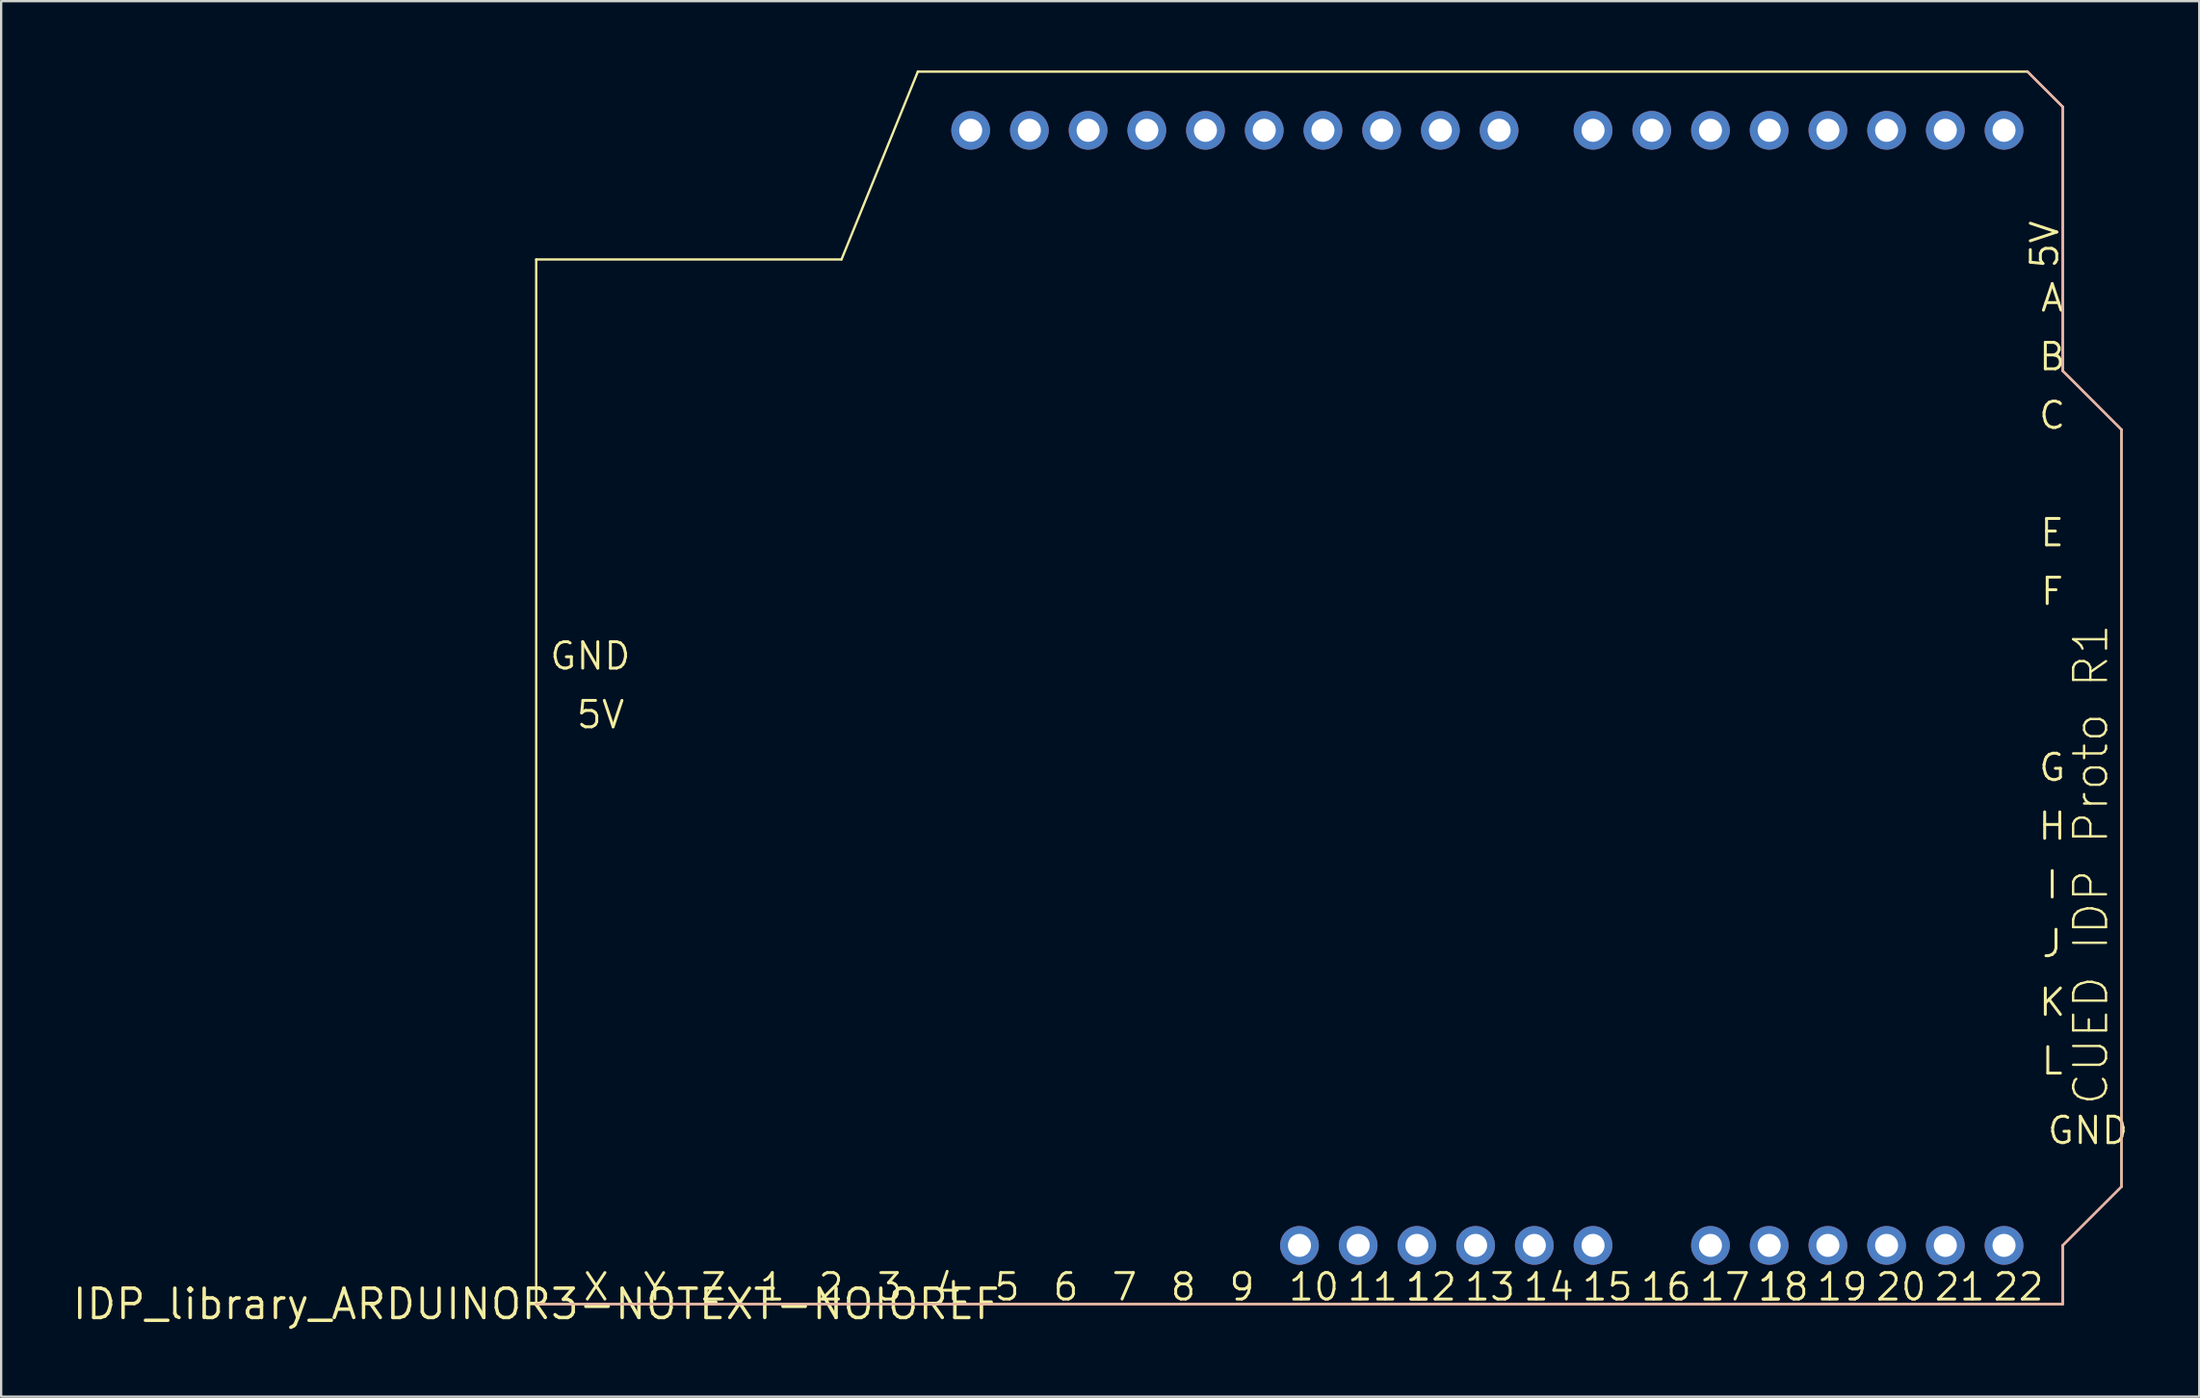
<source format=kicad_pcb>
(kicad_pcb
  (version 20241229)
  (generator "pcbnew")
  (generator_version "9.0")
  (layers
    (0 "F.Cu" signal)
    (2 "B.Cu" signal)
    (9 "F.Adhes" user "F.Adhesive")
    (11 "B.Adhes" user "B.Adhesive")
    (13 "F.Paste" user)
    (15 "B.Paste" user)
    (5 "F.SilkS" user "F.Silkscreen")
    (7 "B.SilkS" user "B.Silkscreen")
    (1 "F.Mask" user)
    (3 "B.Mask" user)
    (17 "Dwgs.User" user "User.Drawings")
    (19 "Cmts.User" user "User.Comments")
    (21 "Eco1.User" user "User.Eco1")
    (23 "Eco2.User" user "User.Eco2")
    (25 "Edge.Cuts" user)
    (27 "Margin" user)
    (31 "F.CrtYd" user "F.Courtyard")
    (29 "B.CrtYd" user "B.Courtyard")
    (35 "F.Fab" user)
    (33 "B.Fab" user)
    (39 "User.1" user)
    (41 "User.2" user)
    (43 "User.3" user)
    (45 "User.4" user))
  (footprint "IDP_library_ARDUINOR3-NOTEXT-NOIOREF"
    (layer "F.Cu")
    (at 20.146 53.39)
    (property "Reference" "IDP_library_ARDUINOR3-NOTEXT-NOIOREF" (at 0 0 0) (layer "F.SilkS") (effects (font (size 1.27 1.27) (thickness 0.15))))
    (attr exclude_from_pos_files exclude_from_bom)
    (fp_line (start 0 -45.212) (end 0 0) (stroke (width 0.1) (type solid)) (layer "F.SilkS"))
    (fp_line (start 0 -45.212) (end 13.208 -45.212) (stroke (width 0.1) (type solid)) (layer "F.SilkS"))
    (fp_line (start 0 0) (end 66.04 0) (stroke (width 0.1) (type solid)) (layer "F.SilkS"))
    (fp_line (start 13.208 -45.212) (end 16.51 -53.34) (stroke (width 0.1) (type solid)) (layer "F.SilkS"))
    (fp_line (start 16.51 -53.34) (end 64.516 -53.34) (stroke (width 0.1) (type solid)) (layer "F.SilkS"))
    (fp_line (start 66.04 -51.816) (end 64.516 -53.34) (stroke (width 0.1) (type solid)) (layer "F.SilkS"))
    (fp_line (start 66.04 -40.386) (end 66.04 -51.816) (stroke (width 0.1) (type solid)) (layer "F.SilkS"))
    (fp_line (start 66.04 -2.54) (end 68.58 -5.08) (stroke (width 0.1) (type solid)) (layer "F.SilkS"))
    (fp_line (start 66.04 0) (end 66.04 -2.54) (stroke (width 0.1) (type solid)) (layer "F.SilkS"))
    (fp_line (start 68.58 -37.846) (end 66.04 -40.386) (stroke (width 0.1) (type solid)) (layer "F.SilkS"))
    (fp_line (start 68.58 -5.08) (end 68.58 -37.846) (stroke (width 0.1) (type solid)) (layer "F.SilkS"))
    (fp_line (start 0 0) (end 66.04 0) (stroke (width 0.1) (type solid)) (layer "B.SilkS"))
    (fp_line (start 66.04 -51.816) (end 64.516 -53.34) (stroke (width 0.1) (type solid)) (layer "B.SilkS"))
    (fp_line (start 66.04 -40.386) (end 66.04 -51.816) (stroke (width 0.1) (type solid)) (layer "B.SilkS"))
    (fp_line (start 66.04 -2.54) (end 68.58 -5.08) (stroke (width 0.1) (type solid)) (layer "B.SilkS"))
    (fp_line (start 66.04 0) (end 66.04 -2.54) (stroke (width 0.1) (type solid)) (layer "B.SilkS"))
    (fp_line (start 68.58 -37.846) (end 66.04 -40.386) (stroke (width 0.1) (type solid)) (layer "B.SilkS"))
    (fp_line (start 68.58 -5.08) (end 68.58 -37.846) (stroke (width 0.1) (type solid)) (layer "B.SilkS"))
    (fp_text user "CUED IDP Proto R1" (at 67.259 -19.025 270) (layer "F.SilkS") (effects (font (size 1.422 1.422) (thickness 0.102))))
    (fp_text user "20" (at 59.045 -0.742 0) (layer "F.SilkS") (effects (font (size 1.143 1.143) (thickness 0.127))))
    (fp_text user "2" (at 12.753 -0.742 0) (layer "F.SilkS") (effects (font (size 1.143 1.143) (thickness 0.127))))
    (fp_text user "GND" (at 2.339 -28.047 180) (layer "F.SilkS") (effects (font (size 1.143 1.143) (thickness 0.127))))
    (fp_text user "I" (at 65.585 -18.141 0) (layer "F.SilkS") (effects (font (size 1.143 1.143) (thickness 0.127))))
    (fp_text user "F" (at 65.585 -30.841 0) (layer "F.SilkS") (effects (font (size 1.143 1.143) (thickness 0.127))))
    (fp_text user "21" (at 61.585 -0.742 0) (layer "F.SilkS") (effects (font (size 1.143 1.143) (thickness 0.127))))
    (fp_text user "5" (at 20.373 -0.742 0) (layer "F.SilkS") (effects (font (size 1.143 1.143) (thickness 0.127))))
    (fp_text user "B" (at 65.585 -41.001 0) (layer "F.SilkS") (effects (font (size 1.143 1.143) (thickness 0.127))))
    (fp_text user "12" (at 38.725 -0.742 0) (layer "F.SilkS") (effects (font (size 1.143 1.143) (thickness 0.127))))
    (fp_text user "1" (at 38.153 -0.742 0) (layer "F.SilkS") (effects (font (size 1.143 1.143) (thickness 0.127))))
    (fp_text user "E" (at 65.585 -33.381 0) (layer "F.SilkS") (effects (font (size 1.143 1.143) (thickness 0.127))))
    (fp_text user "18" (at 53.965 -0.742 0) (layer "F.SilkS") (effects (font (size 1.143 1.143) (thickness 0.127))))
    (fp_text user "A" (at 65.585 -43.541 0) (layer "F.SilkS") (effects (font (size 1.143 1.143) (thickness 0.127))))
    (fp_text user "Y" (at 5.133 -0.742 0) (layer "F.SilkS") (effects (font (size 1.143 1.143) (thickness 0.127))))
    (fp_text user "17" (at 51.425 -0.742 0) (layer "F.SilkS") (effects (font (size 1.143 1.143) (thickness 0.127))))
    (fp_text user "10" (at 33.645 -0.742 0) (layer "F.SilkS") (effects (font (size 1.143 1.143) (thickness 0.127))))
    (fp_text user "J" (at 65.585 -15.601 0) (layer "F.SilkS") (effects (font (size 1.143 1.143) (thickness 0.127))))
    (fp_text user "7" (at 25.453 -0.742 0) (layer "F.SilkS") (effects (font (size 1.143 1.143) (thickness 0.127))))
    (fp_text user "6" (at 22.913 -0.742 0) (layer "F.SilkS") (effects (font (size 1.143 1.143) (thickness 0.127))))
    (fp_text user "Z" (at 7.673 -0.742 0) (layer "F.SilkS") (effects (font (size 1.143 1.143) (thickness 0.127))))
    (fp_text user "22" (at 64.125 -0.742 0) (layer "F.SilkS") (effects (font (size 1.143 1.143) (thickness 0.127))))
    (fp_text user "4" (at 17.833 -0.742 0) (layer "F.SilkS") (effects (font (size 1.143 1.143) (thickness 0.127))))
    (fp_text user "H" (at 65.585 -20.681 0) (layer "F.SilkS") (effects (font (size 1.143 1.143) (thickness 0.127))))
    (fp_text user "GND" (at 67.127 -7.511 0) (layer "F.SilkS") (effects (font (size 1.143 1.143) (thickness 0.127))))
    (fp_text user "13" (at 41.265 -0.742 0) (layer "F.SilkS") (effects (font (size 1.143 1.143) (thickness 0.127))))
    (fp_text user "1" (at 10.213 -0.742 0) (layer "F.SilkS") (effects (font (size 1.143 1.143) (thickness 0.127))))
    (fp_text user "1" (at 53.393 -0.742 0) (layer "F.SilkS") (effects (font (size 1.143 1.143) (thickness 0.127))))
    (fp_text user "8" (at 27.993 -0.742 0) (layer "F.SilkS") (effects (font (size 1.143 1.143) (thickness 0.127))))
    (fp_text user "5V" (at 65.258 -45.855 90) (layer "F.SilkS") (effects (font (size 1.143 1.143) (thickness 0.127))))
    (fp_text user "9" (at 30.533 -0.742 0) (layer "F.SilkS") (effects (font (size 1.143 1.143) (thickness 0.127))))
    (fp_text user "14" (at 43.805 -0.742 0) (layer "F.SilkS") (effects (font (size 1.143 1.143) (thickness 0.127))))
    (fp_text user "11" (at 36.185 -0.742 0) (layer "F.SilkS") (effects (font (size 1.143 1.143) (thickness 0.127))))
    (fp_text user "X" (at 2.593 -0.742 0) (layer "F.SilkS") (effects (font (size 1.143 1.143) (thickness 0.127))))
    (fp_text user "G" (at 65.585 -23.221 0) (layer "F.SilkS") (effects (font (size 1.143 1.143) (thickness 0.127))))
    (fp_text user "19" (at 56.505 -0.742 0) (layer "F.SilkS") (effects (font (size 1.143 1.143) (thickness 0.127))))
    (fp_text user "C" (at 65.585 -38.461 0) (layer "F.SilkS") (effects (font (size 1.143 1.143) (thickness 0.127))))
    (fp_text user "15" (at 46.345 -0.742 0) (layer "F.SilkS") (effects (font (size 1.143 1.143) (thickness 0.127))))
    (fp_text user "16" (at 48.885 -0.742 0) (layer "F.SilkS") (effects (font (size 1.143 1.143) (thickness 0.127))))
    (fp_text user "3" (at 15.293 -0.742 0) (layer "F.SilkS") (effects (font (size 1.143 1.143) (thickness 0.127))))
    (fp_text user "K" (at 65.585 -13.061 0) (layer "F.SilkS") (effects (font (size 1.143 1.143) (thickness 0.127))))
    (fp_text user "5V" (at 2.784 -25.507 180) (layer "F.SilkS") (effects (font (size 1.143 1.143) (thickness 0.127))))
    (fp_text user "L" (at 65.585 -10.521 0) (layer "F.SilkS") (effects (font (size 1.143 1.143) (thickness 0.127))))
    (pad "3V" thru_hole circle (at 35.56 -2.54) (size 1.676 1.676) (drill 0.998) (layers "*.Cu" "*.Paste" "*.Mask"))
    (pad "5V" thru_hole circle (at 38.1 -2.54) (size 1.676 1.676) (drill 0.998) (layers "*.Cu" "*.Paste" "*.Mask"))
    (pad "A0" thru_hole circle (at 50.8 -2.54) (size 1.676 1.676) (drill 0.998) (layers "*.Cu" "*.Paste" "*.Mask"))
    (pad "A1" thru_hole circle (at 53.34 -2.54) (size 1.676 1.676) (drill 0.998) (layers "*.Cu" "*.Paste" "*.Mask"))
    (pad "A2" thru_hole circle (at 55.88 -2.54) (size 1.676 1.676) (drill 0.998) (layers "*.Cu" "*.Paste" "*.Mask"))
    (pad "A3" thru_hole circle (at 58.42 -2.54) (size 1.676 1.676) (drill 0.998) (layers "*.Cu" "*.Paste" "*.Mask"))
    (pad "A4" thru_hole circle (at 60.96 -2.54) (size 1.676 1.676) (drill 0.998) (layers "*.Cu" "*.Paste" "*.Mask"))
    (pad "A5" thru_hole circle (at 63.5 -2.54) (size 1.676 1.676) (drill 0.998) (layers "*.Cu" "*.Paste" "*.Mask"))
    (pad "AREF" thru_hole circle (at 23.876 -50.8) (size 1.676 1.676) (drill 0.998) (layers "*.Cu" "*.Paste" "*.Mask"))
    (pad "D0" thru_hole circle (at 63.5 -50.8) (size 1.676 1.676) (drill 0.998) (layers "*.Cu" "*.Paste" "*.Mask"))
    (pad "D1" thru_hole circle (at 60.96 -50.8) (size 1.676 1.676) (drill 0.998) (layers "*.Cu" "*.Paste" "*.Mask"))
    (pad "D2" thru_hole circle (at 58.42 -50.8) (size 1.676 1.676) (drill 0.998) (layers "*.Cu" "*.Paste" "*.Mask"))
    (pad "D3" thru_hole circle (at 55.88 -50.8) (size 1.676 1.676) (drill 0.998) (layers "*.Cu" "*.Paste" "*.Mask"))
    (pad "D4" thru_hole circle (at 53.34 -50.8) (size 1.676 1.676) (drill 0.998) (layers "*.Cu" "*.Paste" "*.Mask"))
    (pad "D5" thru_hole circle (at 50.8 -50.8) (size 1.676 1.676) (drill 0.998) (layers "*.Cu" "*.Paste" "*.Mask"))
    (pad "D6" thru_hole circle (at 48.26 -50.8) (size 1.676 1.676) (drill 0.998) (layers "*.Cu" "*.Paste" "*.Mask"))
    (pad "D7" thru_hole circle (at 45.72 -50.8) (size 1.676 1.676) (drill 0.998) (layers "*.Cu" "*.Paste" "*.Mask"))
    (pad "D8" thru_hole circle (at 41.656 -50.8) (size 1.676 1.676) (drill 0.998) (layers "*.Cu" "*.Paste" "*.Mask"))
    (pad "D9" thru_hole circle (at 39.116 -50.8) (size 1.676 1.676) (drill 0.998) (layers "*.Cu" "*.Paste" "*.Mask"))
    (pad "D10" thru_hole circle (at 36.576 -50.8) (size 1.676 1.676) (drill 0.998) (layers "*.Cu" "*.Paste" "*.Mask"))
    (pad "D11" thru_hole circle (at 34.036 -50.8) (size 1.676 1.676) (drill 0.998) (layers "*.Cu" "*.Paste" "*.Mask"))
    (pad "D12" thru_hole circle (at 31.496 -50.8) (size 1.676 1.676) (drill 0.998) (layers "*.Cu" "*.Paste" "*.Mask"))
    (pad "D13" thru_hole circle (at 28.953 -50.8) (size 1.676 1.676) (drill 0.998) (layers "*.Cu" "*.Paste" "*.Mask"))
    (pad "GND" thru_hole circle (at 26.416 -50.8) (size 1.676 1.676) (drill 0.998) (layers "*.Cu" "*.Paste" "*.Mask"))
    (pad "GND1" thru_hole circle (at 43.18 -2.54) (size 1.676 1.676) (drill 0.998) (layers "*.Cu" "*.Paste" "*.Mask"))
    (pad "GND2" thru_hole circle (at 40.64 -2.54) (size 1.676 1.676) (drill 0.998) (layers "*.Cu" "*.Paste" "*.Mask"))
    (pad "RESET" thru_hole circle (at 33.02 -2.54) (size 1.676 1.676) (drill 0.998) (layers "*.Cu" "*.Paste" "*.Mask"))
    (pad "SCL" thru_hole circle (at 18.796 -50.8) (size 1.676 1.676) (drill 0.998) (layers "*.Cu" "*.Paste" "*.Mask"))
    (pad "SDA" thru_hole circle (at 21.336 -50.8) (size 1.676 1.676) (drill 0.998) (layers "*.Cu" "*.Paste" "*.Mask"))
    (pad "VIN" thru_hole circle (at 45.72 -2.54) (size 1.676 1.676) (drill 0.998) (layers "*.Cu" "*.Paste" "*.Mask")))
  (gr_rect
    (start -3 -3)
    (end 92.091 57.396)
    (stroke (width 0.1) (type default))
    (fill no)
    (layer "Edge.Cuts")))
</source>
